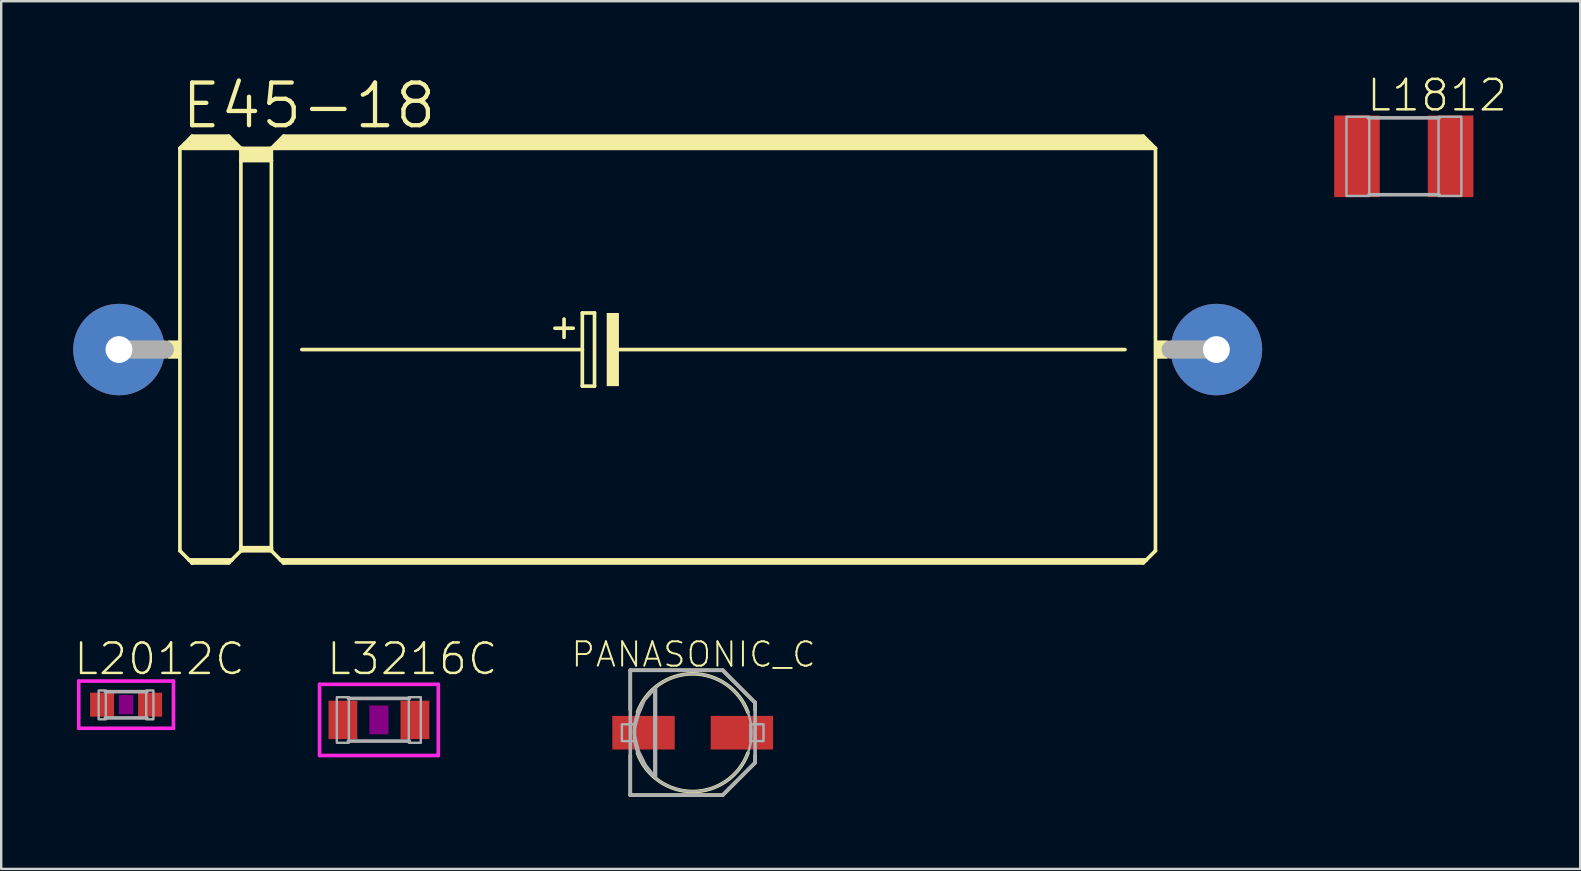
<source format=kicad_pcb>
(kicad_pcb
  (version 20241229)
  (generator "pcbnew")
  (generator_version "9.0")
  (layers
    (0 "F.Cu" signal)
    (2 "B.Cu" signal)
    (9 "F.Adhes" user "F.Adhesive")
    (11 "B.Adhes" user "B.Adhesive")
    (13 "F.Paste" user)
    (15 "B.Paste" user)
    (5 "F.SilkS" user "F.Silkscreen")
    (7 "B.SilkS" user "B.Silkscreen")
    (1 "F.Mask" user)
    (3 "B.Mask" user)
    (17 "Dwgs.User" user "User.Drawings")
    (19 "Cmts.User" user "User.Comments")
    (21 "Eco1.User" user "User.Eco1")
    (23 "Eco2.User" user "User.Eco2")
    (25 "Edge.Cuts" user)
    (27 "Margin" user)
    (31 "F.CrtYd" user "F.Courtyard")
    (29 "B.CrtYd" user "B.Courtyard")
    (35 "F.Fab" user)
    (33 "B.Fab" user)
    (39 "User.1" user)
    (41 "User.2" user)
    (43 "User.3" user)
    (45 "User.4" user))
  (footprint "L2012C"
    (layer "F.Cu")
    (at 2.203 26.305)
    (property "Reference" "L2012C" (at 1.391 -1.905 0) (layer "F.SilkS") (effects (font (size 1.27 1.27) (thickness 0.102))))
    (attr through_hole)
    (fp_poly (pts (xy -0.3 -0.4) (xy 0.3 -0.4) (xy 0.3 0.4) (xy -0.3 0.4)) (stroke (width 0) (type solid)) (fill yes) (layer "F.Adhes"))
    (fp_line (start -1.973 -0.983) (end 1.973 -0.983) (stroke (width 0.15) (type solid)) (layer "F.CrtYd"))
    (fp_line (start -1.973 0.983) (end -1.973 -0.983) (stroke (width 0.15) (type solid)) (layer "F.CrtYd"))
    (fp_line (start 1.973 -0.983) (end 1.973 0.983) (stroke (width 0.15) (type solid)) (layer "F.CrtYd"))
    (fp_line (start 1.973 0.983) (end -1.973 0.983) (stroke (width 0.15) (type solid)) (layer "F.CrtYd"))
    (fp_line (start -0.864 -0.54) (end 0.864 -0.54) (stroke (width 0.15) (type solid)) (layer "F.Fab"))
    (fp_line (start -0.864 0.553) (end 0.864 0.553) (stroke (width 0.15) (type solid)) (layer "F.Fab"))
    (fp_poly (pts (xy -1.143 -0.59) (xy -0.843 -0.59) (xy -0.843 0.61) (xy -1.143 0.61)) (stroke (width 0.1) (type solid)) (fill no) (layer "F.Fab"))
    (fp_poly (pts (xy 0.838 -0.59) (xy 1.138 -0.59) (xy 1.138 0.61) (xy 0.838 0.61)) (stroke (width 0.1) (type solid)) (fill no) (layer "F.Fab"))
    (pad "1" smd rect (at -1 0) (size 1 1) (layers "F.Cu" "F.Mask" "F.Paste"))
    (pad "2" smd rect (at 1 0) (size 1 1) (layers "F.Cu" "F.Mask" "F.Paste")))
  (footprint "L3216C"
    (layer "F.Cu")
    (at 12.735 26.94)
    (property "Reference" "L3216C" (at 1.391 -2.54 0) (layer "F.SilkS") (effects (font (size 1.27 1.27) (thickness 0.102))))
    (attr through_hole)
    (fp_poly (pts (xy -0.4 -0.6) (xy 0.4 -0.6) (xy 0.4 0.6) (xy -0.4 0.6)) (stroke (width 0) (type solid)) (fill yes) (layer "F.Adhes"))
    (fp_line (start -2.473 -1.483) (end 2.473 -1.483) (stroke (width 0.15) (type solid)) (layer "F.CrtYd"))
    (fp_line (start -2.473 1.483) (end -2.473 -1.483) (stroke (width 0.15) (type solid)) (layer "F.CrtYd"))
    (fp_line (start 2.473 -1.483) (end 2.473 1.483) (stroke (width 0.15) (type solid)) (layer "F.CrtYd"))
    (fp_line (start 2.473 1.483) (end -2.473 1.483) (stroke (width 0.15) (type solid)) (layer "F.CrtYd"))
    (fp_line (start -1.27 -0.896) (end 1.27 -0.896) (stroke (width 0.15) (type solid)) (layer "F.Fab"))
    (fp_line (start -1.27 0.883) (end 1.27 0.883) (stroke (width 0.15) (type solid)) (layer "F.Fab"))
    (fp_poly (pts (xy -1.753 -0.947) (xy -1.252 -0.947) (xy -1.252 0.953) (xy -1.753 0.953)) (stroke (width 0.1) (type solid)) (fill no) (layer "F.Fab"))
    (fp_poly (pts (xy 1.245 -0.947) (xy 1.745 -0.947) (xy 1.745 0.953) (xy 1.245 0.953)) (stroke (width 0.1) (type solid)) (fill no) (layer "F.Fab"))
    (pad "1" smd rect (at -1.5 0) (size 1.2 1.6) (layers "F.Cu" "F.Mask" "F.Paste"))
    (pad "2" smd rect (at 1.5 0) (size 1.2 1.6) (layers "F.Cu" "F.Mask" "F.Paste")))
  (footprint "PANASONIC_C"
    (layer "F.Cu")
    (at 25.807 27.473)
    (property "Reference" "PANASONIC_C" (at 0.037 -3.258 0) (layer "F.SilkS") (effects (font (size 1.016 1.016) (thickness 0.081))))
    (attr through_hole)
    (fp_line (start -2.6 -2.6) (end 1.25 -2.6) (stroke (width 0.15) (type solid)) (layer "F.SilkS"))
    (fp_line (start -2.6 -0.95) (end -2.6 -2.6) (stroke (width 0.15) (type solid)) (layer "F.SilkS"))
    (fp_line (start -2.6 2.6) (end -2.6 0.95) (stroke (width 0.15) (type solid)) (layer "F.SilkS"))
    (fp_line (start 1.25 -2.6) (end 2.6 -1.25) (stroke (width 0.15) (type solid)) (layer "F.SilkS"))
    (fp_line (start 1.25 2.6) (end -2.6 2.6) (stroke (width 0.15) (type solid)) (layer "F.SilkS"))
    (fp_line (start 2.6 -1.25) (end 2.6 -0.95) (stroke (width 0.15) (type solid)) (layer "F.SilkS"))
    (fp_line (start 2.6 0.95) (end 2.6 1.25) (stroke (width 0.15) (type solid)) (layer "F.SilkS"))
    (fp_line (start 2.6 1.25) (end 1.25 2.6) (stroke (width 0.15) (type solid)) (layer "F.SilkS"))
    (fp_arc (start -2.3 -0.85) (mid 0 -2.45204) (end 2.3 -0.849999) (stroke (width 0.15) (type solid)) (layer "F.SilkS"))
    (fp_arc (start 2.3 0.849999) (mid 0 2.45204) (end -2.3 0.85) (stroke (width 0.15) (type solid)) (layer "F.SilkS"))
    (fp_line (start -2.6 -2.6) (end 1.25 -2.6) (stroke (width 0.15) (type solid)) (layer "F.Fab"))
    (fp_line (start -2.6 2.6) (end -2.6 -2.6) (stroke (width 0.15) (type solid)) (layer "F.Fab"))
    (fp_line (start -1.55 -1.85) (end -1.55 1.85) (stroke (width 0.15) (type solid)) (layer "F.Fab"))
    (fp_line (start 1.25 -2.6) (end 2.6 -1.25) (stroke (width 0.15) (type solid)) (layer "F.Fab"))
    (fp_line (start 1.25 2.6) (end -2.6 2.6) (stroke (width 0.15) (type solid)) (layer "F.Fab"))
    (fp_line (start 2.6 -1.25) (end 2.6 1.25) (stroke (width 0.15) (type solid)) (layer "F.Fab"))
    (fp_line (start 2.6 1.25) (end 1.25 2.6) (stroke (width 0.15) (type solid)) (layer "F.Fab"))
    (fp_circle (center 0 0) (end 2.45 0) (stroke (width 0.102) (type solid)) (fill no) (layer "F.Fab"))
    (fp_poly (pts (xy -2.95 -0.35) (xy -2.4 -0.35) (xy -2.4 0.35) (xy -2.95 0.35)) (stroke (width 0.1) (type solid)) (fill no) (layer "F.Fab"))
    (fp_poly (pts (xy 2.4 -0.35) (xy 2.95 -0.35) (xy 2.95 0.35) (xy 2.4 0.35)) (stroke (width 0.1) (type solid)) (fill no) (layer "F.Fab"))
    (fp_poly (pts (xy -1.6 -1.8) (xy -2 -1.35) (xy -2.25 -0.75) (xy -2.45 -0.05) (xy -2.25 0.75) (xy -1.95 1.35) (xy -1.6 1.8)) (stroke (width 0.102) (type solid)) (fill no) (layer "F.Fab"))
    (pad "+" smd rect (at 2.05 0) (size 2.6 1.4) (layers "F.Cu" "F.Mask" "F.Paste"))
    (pad "-" smd rect (at -2.05 0) (size 2.6 1.4) (layers "F.Cu" "F.Mask" "F.Paste")))
  (footprint "L1812"
    (layer "F.Cu")
    (at 55.43 3.461)
    (property "Reference" "L1812" (at 1.391 -2.54 0) (layer "F.SilkS") (effects (font (size 1.27 1.27) (thickness 0.102))))
    (attr through_hole)
    (fp_line (start -1.473 -1.6) (end 1.473 -1.6) (stroke (width 0.15) (type solid)) (layer "F.Fab"))
    (fp_line (start -1.448 1.6) (end 1.473 1.6) (stroke (width 0.15) (type solid)) (layer "F.Fab"))
    (fp_poly (pts (xy -2.388 -1.649) (xy -1.438 -1.649) (xy -1.438 1.651) (xy -2.388 1.651)) (stroke (width 0.1) (type solid)) (fill no) (layer "F.Fab"))
    (fp_poly (pts (xy 1.448 -1.649) (xy 2.398 -1.649) (xy 2.398 1.651) (xy 1.448 1.651)) (stroke (width 0.1) (type solid)) (fill no) (layer "F.Fab"))
    (pad "1" smd rect (at -1.95 0) (size 1.9 3.4) (layers "F.Cu" "F.Mask" "F.Paste"))
    (pad "2" smd rect (at 1.95 0) (size 1.9 3.4) (layers "F.Cu" "F.Mask" "F.Paste")))
  (footprint "E45-18"
    (layer "F.Cu")
    (at 24.765 11.512)
    (property "Reference" "E45-18" (at -14.944 -10.16 0) (layer "F.SilkS") (effects (font (size 1.778 1.778) (thickness 0.178))))
    (attr through_hole)
    (fp_line (start -20.32 -8.382) (end -20.32 8.382) (stroke (width 0.152) (type solid)) (layer "F.SilkS"))
    (fp_line (start -20.32 -8.382) (end -19.812 -8.89) (stroke (width 0.152) (type solid)) (layer "F.SilkS"))
    (fp_line (start -20.32 -8.382) (end -17.78 -8.382) (stroke (width 0.152) (type solid)) (layer "F.SilkS"))
    (fp_line (start -20.32 8.382) (end -19.939 8.763) (stroke (width 0.152) (type solid)) (layer "F.SilkS"))
    (fp_line (start -20.066 -8.509) (end -18.034 -8.509) (stroke (width 0.305) (type solid)) (layer "F.SilkS"))
    (fp_line (start -19.939 8.763) (end -19.812 8.89) (stroke (width 0.152) (type solid)) (layer "F.SilkS"))
    (fp_line (start -19.939 8.763) (end -18.161 8.763) (stroke (width 0.152) (type solid)) (layer "F.SilkS"))
    (fp_line (start -19.812 -8.89) (end -18.288 -8.89) (stroke (width 0.152) (type solid)) (layer "F.SilkS"))
    (fp_line (start -19.812 -8.763) (end -18.288 -8.763) (stroke (width 0.305) (type solid)) (layer "F.SilkS"))
    (fp_line (start -19.812 8.839) (end -18.288 8.839) (stroke (width 0.152) (type solid)) (layer "F.SilkS"))
    (fp_line (start -19.812 8.89) (end -19.812 8.839) (stroke (width 0.152) (type solid)) (layer "F.SilkS"))
    (fp_line (start -19.812 8.89) (end -18.288 8.89) (stroke (width 0.152) (type solid)) (layer "F.SilkS"))
    (fp_line (start -18.288 -8.89) (end -17.78 -8.382) (stroke (width 0.152) (type solid)) (layer "F.SilkS"))
    (fp_line (start -18.288 8.89) (end -18.161 8.763) (stroke (width 0.152) (type solid)) (layer "F.SilkS"))
    (fp_line (start -18.161 8.763) (end -17.78 8.382) (stroke (width 0.152) (type solid)) (layer "F.SilkS"))
    (fp_line (start -17.78 -8.382) (end -16.51 -8.382) (stroke (width 0.152) (type solid)) (layer "F.SilkS"))
    (fp_line (start -17.78 -7.874) (end -17.78 -8.382) (stroke (width 0.152) (type solid)) (layer "F.SilkS"))
    (fp_line (start -17.78 -7.874) (end -16.51 -7.874) (stroke (width 0.152) (type solid)) (layer "F.SilkS"))
    (fp_line (start -17.78 8.255) (end -17.78 -7.874) (stroke (width 0.152) (type solid)) (layer "F.SilkS"))
    (fp_line (start -17.78 8.255) (end -16.51 8.255) (stroke (width 0.152) (type solid)) (layer "F.SilkS"))
    (fp_line (start -17.78 8.331) (end -17.78 8.255) (stroke (width 0.152) (type solid)) (layer "F.SilkS"))
    (fp_line (start -17.78 8.331) (end -16.51 8.331) (stroke (width 0.152) (type solid)) (layer "F.SilkS"))
    (fp_line (start -17.78 8.382) (end -17.78 8.331) (stroke (width 0.152) (type solid)) (layer "F.SilkS"))
    (fp_line (start -17.78 8.382) (end -16.51 8.382) (stroke (width 0.152) (type solid)) (layer "F.SilkS"))
    (fp_line (start -17.653 -8.255) (end -16.637 -8.255) (stroke (width 0.305) (type solid)) (layer "F.SilkS"))
    (fp_line (start -17.653 -8.001) (end -16.637 -8.001) (stroke (width 0.305) (type solid)) (layer "F.SilkS"))
    (fp_line (start -16.51 -8.382) (end -16.002 -8.89) (stroke (width 0.152) (type solid)) (layer "F.SilkS"))
    (fp_line (start -16.51 -8.382) (end 20.32 -8.382) (stroke (width 0.152) (type solid)) (layer "F.SilkS"))
    (fp_line (start -16.51 -7.874) (end -16.51 -8.382) (stroke (width 0.152) (type solid)) (layer "F.SilkS"))
    (fp_line (start -16.51 8.255) (end -16.51 -7.874) (stroke (width 0.152) (type solid)) (layer "F.SilkS"))
    (fp_line (start -16.51 8.331) (end -16.51 8.255) (stroke (width 0.152) (type solid)) (layer "F.SilkS"))
    (fp_line (start -16.51 8.382) (end -16.51 8.331) (stroke (width 0.152) (type solid)) (layer "F.SilkS"))
    (fp_line (start -16.51 8.382) (end -16.129 8.763) (stroke (width 0.152) (type solid)) (layer "F.SilkS"))
    (fp_line (start -16.256 -8.509) (end 20.066 -8.509) (stroke (width 0.305) (type solid)) (layer "F.SilkS"))
    (fp_line (start -16.129 8.763) (end -16.002 8.89) (stroke (width 0.152) (type solid)) (layer "F.SilkS"))
    (fp_line (start -16.129 8.763) (end 19.939 8.763) (stroke (width 0.152) (type solid)) (layer "F.SilkS"))
    (fp_line (start -16.002 -8.89) (end 19.812 -8.89) (stroke (width 0.152) (type solid)) (layer "F.SilkS"))
    (fp_line (start -16.002 -8.763) (end 19.812 -8.763) (stroke (width 0.305) (type solid)) (layer "F.SilkS"))
    (fp_line (start -16.002 8.839) (end 19.812 8.839) (stroke (width 0.152) (type solid)) (layer "F.SilkS"))
    (fp_line (start -16.002 8.89) (end -16.002 8.839) (stroke (width 0.152) (type solid)) (layer "F.SilkS"))
    (fp_line (start -16.002 8.89) (end 19.812 8.89) (stroke (width 0.152) (type solid)) (layer "F.SilkS"))
    (fp_line (start -15.24 0) (end -3.556 0) (stroke (width 0.152) (type solid)) (layer "F.SilkS"))
    (fp_line (start -4.699 -0.889) (end -3.937 -0.889) (stroke (width 0.152) (type solid)) (layer "F.SilkS"))
    (fp_line (start -4.318 -1.27) (end -4.318 -0.508) (stroke (width 0.152) (type solid)) (layer "F.SilkS"))
    (fp_line (start -3.556 -1.524) (end -3.556 0) (stroke (width 0.152) (type solid)) (layer "F.SilkS"))
    (fp_line (start -3.556 0) (end -3.556 1.524) (stroke (width 0.152) (type solid)) (layer "F.SilkS"))
    (fp_line (start -3.556 1.524) (end -3.048 1.524) (stroke (width 0.152) (type solid)) (layer "F.SilkS"))
    (fp_line (start -3.048 -1.524) (end -3.556 -1.524) (stroke (width 0.152) (type solid)) (layer "F.SilkS"))
    (fp_line (start -3.048 1.524) (end -3.048 -1.524) (stroke (width 0.152) (type solid)) (layer "F.SilkS"))
    (fp_line (start -2.159 0) (end 19.05 0) (stroke (width 0.152) (type solid)) (layer "F.SilkS"))
    (fp_line (start 19.812 -8.89) (end 20.32 -8.382) (stroke (width 0.152) (type solid)) (layer "F.SilkS"))
    (fp_line (start 19.812 8.89) (end 19.939 8.763) (stroke (width 0.152) (type solid)) (layer "F.SilkS"))
    (fp_line (start 19.939 8.763) (end 20.32 8.382) (stroke (width 0.152) (type solid)) (layer "F.SilkS"))
    (fp_line (start 20.32 -8.382) (end 20.32 8.382) (stroke (width 0.152) (type solid)) (layer "F.SilkS"))
    (fp_poly (pts (xy -20.828 -0.381) (xy -20.32 -0.381) (xy -20.32 0.381) (xy -20.828 0.381)) (stroke (width 0) (type solid)) (fill yes) (layer "F.SilkS"))
    (fp_poly (pts (xy -2.54 -1.524) (xy -2.032 -1.524) (xy -2.032 1.524) (xy -2.54 1.524)) (stroke (width 0) (type solid)) (fill yes) (layer "F.SilkS"))
    (fp_poly (pts (xy 20.32 -0.381) (xy 20.828 -0.381) (xy 20.828 0.381) (xy 20.32 0.381)) (stroke (width 0) (type solid)) (fill yes) (layer "F.SilkS"))
    (fp_line (start -22.86 0) (end -20.955 0) (stroke (width 0.762) (type solid)) (layer "F.Fab"))
    (fp_line (start 22.86 0) (end 20.955 0) (stroke (width 0.762) (type solid)) (layer "F.Fab"))
    (pad "+" thru_hole circle (at -22.86 0) (size 3.81 3.81) (drill 1.118) (layers "*.Cu" "*.Mask"))
    (pad "-" thru_hole circle (at 22.86 0) (size 3.81 3.81) (drill 1.118) (layers "*.Cu" "*.Mask")))
  (gr_rect
    (start -3 -3)
    (end 62.779 33.148)
    (stroke (width 0.1) (type default))
    (fill no)
    (layer "Edge.Cuts")))
</source>
